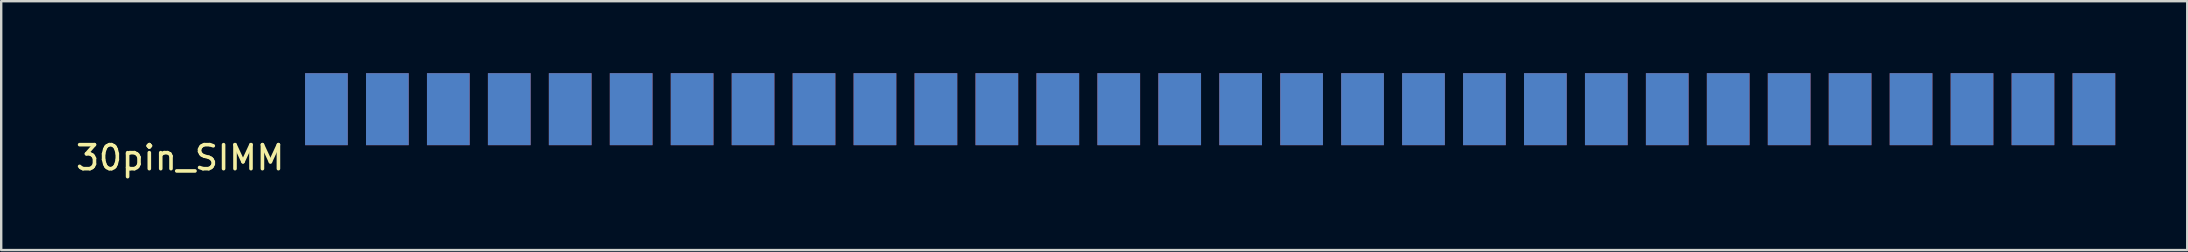
<source format=kicad_pcb>
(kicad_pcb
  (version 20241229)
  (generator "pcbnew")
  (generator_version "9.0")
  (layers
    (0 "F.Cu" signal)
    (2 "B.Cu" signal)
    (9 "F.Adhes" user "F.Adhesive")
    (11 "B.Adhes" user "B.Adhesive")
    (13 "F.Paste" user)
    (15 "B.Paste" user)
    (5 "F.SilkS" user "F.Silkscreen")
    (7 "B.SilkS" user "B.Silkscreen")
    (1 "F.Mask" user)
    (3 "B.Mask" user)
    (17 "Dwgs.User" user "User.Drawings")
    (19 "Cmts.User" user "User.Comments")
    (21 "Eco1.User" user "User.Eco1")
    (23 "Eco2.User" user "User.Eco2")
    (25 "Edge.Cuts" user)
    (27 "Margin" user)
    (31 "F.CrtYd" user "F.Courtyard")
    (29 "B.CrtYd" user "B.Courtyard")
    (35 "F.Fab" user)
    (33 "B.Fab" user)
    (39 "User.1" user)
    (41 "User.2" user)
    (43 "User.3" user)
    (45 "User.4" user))
  (footprint "30pin_SIMM"
    (layer "F.Cu")
    (at 4.458 3.024)
    (property "Reference" "30pin_SIMM" (at 0 0.5 0) (layer "F.SilkS") (effects (font (size 1 1) (thickness 0.15))))
    (attr through_hole)
    (pad "1" smd rect (at 6.096 -1.524) (size 1.78 3) (layers "F.Cu" "F.Mask" "F.Paste"))
    (pad "1" smd rect (at 6.096 -1.524) (size 1.78 3) (layers "B.Cu" "B.Mask" "B.Paste"))
    (pad "2" smd rect (at 8.636 -1.524) (size 1.78 3) (layers "F.Cu" "F.Mask" "F.Paste"))
    (pad "2" smd rect (at 8.636 -1.524) (size 1.78 3) (layers "B.Cu" "B.Mask" "B.Paste"))
    (pad "3" smd rect (at 11.176 -1.524) (size 1.78 3) (layers "F.Cu" "F.Mask" "F.Paste"))
    (pad "3" smd rect (at 11.176 -1.524) (size 1.78 3) (layers "B.Cu" "B.Mask" "B.Paste"))
    (pad "4" smd rect (at 13.716 -1.524) (size 1.78 3) (layers "F.Cu" "F.Mask" "F.Paste"))
    (pad "4" smd rect (at 13.716 -1.524) (size 1.78 3) (layers "B.Cu" "B.Mask" "B.Paste"))
    (pad "5" smd rect (at 16.256 -1.524) (size 1.78 3) (layers "F.Cu" "F.Mask" "F.Paste"))
    (pad "5" smd rect (at 16.256 -1.524) (size 1.78 3) (layers "B.Cu" "B.Mask" "B.Paste"))
    (pad "6" smd rect (at 18.796 -1.524) (size 1.78 3) (layers "F.Cu" "F.Mask" "F.Paste"))
    (pad "6" smd rect (at 18.796 -1.524) (size 1.78 3) (layers "B.Cu" "B.Mask" "B.Paste"))
    (pad "7" smd rect (at 21.336 -1.524) (size 1.78 3) (layers "F.Cu" "F.Mask" "F.Paste"))
    (pad "7" smd rect (at 21.336 -1.524) (size 1.78 3) (layers "B.Cu" "B.Mask" "B.Paste"))
    (pad "8" smd rect (at 23.876 -1.524) (size 1.78 3) (layers "F.Cu" "F.Mask" "F.Paste"))
    (pad "8" smd rect (at 23.876 -1.524) (size 1.78 3) (layers "B.Cu" "B.Mask" "B.Paste"))
    (pad "9" smd rect (at 26.416 -1.524) (size 1.78 3) (layers "F.Cu" "F.Mask" "F.Paste"))
    (pad "9" smd rect (at 26.416 -1.524) (size 1.78 3) (layers "B.Cu" "B.Mask" "B.Paste"))
    (pad "10" smd rect (at 28.956 -1.524) (size 1.78 3) (layers "F.Cu" "F.Mask" "F.Paste"))
    (pad "10" smd rect (at 28.956 -1.524) (size 1.78 3) (layers "B.Cu" "B.Mask" "B.Paste"))
    (pad "11" smd rect (at 31.496 -1.524) (size 1.78 3) (layers "F.Cu" "F.Mask" "F.Paste"))
    (pad "11" smd rect (at 31.496 -1.524) (size 1.78 3) (layers "B.Cu" "B.Mask" "B.Paste"))
    (pad "12" smd rect (at 34.036 -1.524) (size 1.78 3) (layers "F.Cu" "F.Mask" "F.Paste"))
    (pad "12" smd rect (at 34.036 -1.524) (size 1.78 3) (layers "B.Cu" "B.Mask" "B.Paste"))
    (pad "13" smd rect (at 36.576 -1.524) (size 1.78 3) (layers "F.Cu" "F.Mask" "F.Paste"))
    (pad "13" smd rect (at 36.576 -1.524) (size 1.78 3) (layers "B.Cu" "B.Mask" "B.Paste"))
    (pad "14" smd rect (at 39.116 -1.524) (size 1.78 3) (layers "F.Cu" "F.Mask" "F.Paste"))
    (pad "14" smd rect (at 39.116 -1.524) (size 1.78 3) (layers "B.Cu" "B.Mask" "B.Paste"))
    (pad "15" smd rect (at 41.656 -1.524) (size 1.78 3) (layers "F.Cu" "F.Mask" "F.Paste"))
    (pad "15" smd rect (at 41.656 -1.524) (size 1.78 3) (layers "B.Cu" "B.Mask" "B.Paste"))
    (pad "16" smd rect (at 44.196 -1.524) (size 1.78 3) (layers "F.Cu" "F.Mask" "F.Paste"))
    (pad "16" smd rect (at 44.196 -1.524) (size 1.78 3) (layers "B.Cu" "B.Mask" "B.Paste"))
    (pad "17" smd rect (at 46.736 -1.524) (size 1.78 3) (layers "F.Cu" "F.Mask" "F.Paste"))
    (pad "17" smd rect (at 46.736 -1.524) (size 1.78 3) (layers "B.Cu" "B.Mask" "B.Paste"))
    (pad "18" smd rect (at 49.276 -1.524) (size 1.78 3) (layers "F.Cu" "F.Mask" "F.Paste"))
    (pad "18" smd rect (at 49.276 -1.524) (size 1.78 3) (layers "B.Cu" "B.Mask" "B.Paste"))
    (pad "19" smd rect (at 51.816 -1.524) (size 1.78 3) (layers "F.Cu" "F.Mask" "F.Paste"))
    (pad "19" smd rect (at 51.816 -1.524) (size 1.78 3) (layers "B.Cu" "B.Mask" "B.Paste"))
    (pad "20" smd rect (at 54.356 -1.524) (size 1.78 3) (layers "F.Cu" "F.Mask" "F.Paste"))
    (pad "20" smd rect (at 54.356 -1.524) (size 1.78 3) (layers "B.Cu" "B.Mask" "B.Paste"))
    (pad "21" smd rect (at 56.896 -1.524) (size 1.78 3) (layers "F.Cu" "F.Mask" "F.Paste"))
    (pad "21" smd rect (at 56.896 -1.524) (size 1.78 3) (layers "B.Cu" "B.Mask" "B.Paste"))
    (pad "22" smd rect (at 59.436 -1.524) (size 1.78 3) (layers "F.Cu" "F.Mask" "F.Paste"))
    (pad "22" smd rect (at 59.436 -1.524) (size 1.78 3) (layers "B.Cu" "B.Mask" "B.Paste"))
    (pad "23" smd rect (at 61.976 -1.524) (size 1.78 3) (layers "F.Cu" "F.Mask" "F.Paste"))
    (pad "23" smd rect (at 61.976 -1.524) (size 1.78 3) (layers "B.Cu" "B.Mask" "B.Paste"))
    (pad "24" smd rect (at 64.516 -1.524) (size 1.78 3) (layers "F.Cu" "F.Mask" "F.Paste"))
    (pad "24" smd rect (at 64.516 -1.524) (size 1.78 3) (layers "B.Cu" "B.Mask" "B.Paste"))
    (pad "25" smd rect (at 67.056 -1.524) (size 1.78 3) (layers "F.Cu" "F.Mask" "F.Paste"))
    (pad "25" smd rect (at 67.056 -1.524) (size 1.78 3) (layers "B.Cu" "B.Mask" "B.Paste"))
    (pad "26" smd rect (at 69.596 -1.524) (size 1.78 3) (layers "F.Cu" "F.Mask" "F.Paste"))
    (pad "26" smd rect (at 69.596 -1.524) (size 1.78 3) (layers "B.Cu" "B.Mask" "B.Paste"))
    (pad "27" smd rect (at 72.136 -1.524) (size 1.78 3) (layers "F.Cu" "F.Mask" "F.Paste"))
    (pad "27" smd rect (at 72.136 -1.524) (size 1.78 3) (layers "B.Cu" "B.Mask" "B.Paste"))
    (pad "28" smd rect (at 74.676 -1.524) (size 1.78 3) (layers "F.Cu" "F.Mask" "F.Paste"))
    (pad "28" smd rect (at 74.676 -1.524) (size 1.78 3) (layers "B.Cu" "B.Mask" "B.Paste"))
    (pad "29" smd rect (at 77.216 -1.524) (size 1.78 3) (layers "F.Cu" "F.Mask" "F.Paste"))
    (pad "29" smd rect (at 77.216 -1.524) (size 1.78 3) (layers "B.Cu" "B.Mask" "B.Paste"))
    (pad "30" smd rect (at 79.756 -1.524) (size 1.78 3) (layers "F.Cu" "F.Mask" "F.Paste"))
    (pad "30" smd rect (at 79.756 -1.524) (size 1.78 3) (layers "B.Cu" "B.Mask" "B.Paste")))
  (gr_rect
    (start -3 -3)
    (end 88.104 7.372)
    (stroke (width 0.1) (type default))
    (fill no)
    (layer "Edge.Cuts")))
</source>
